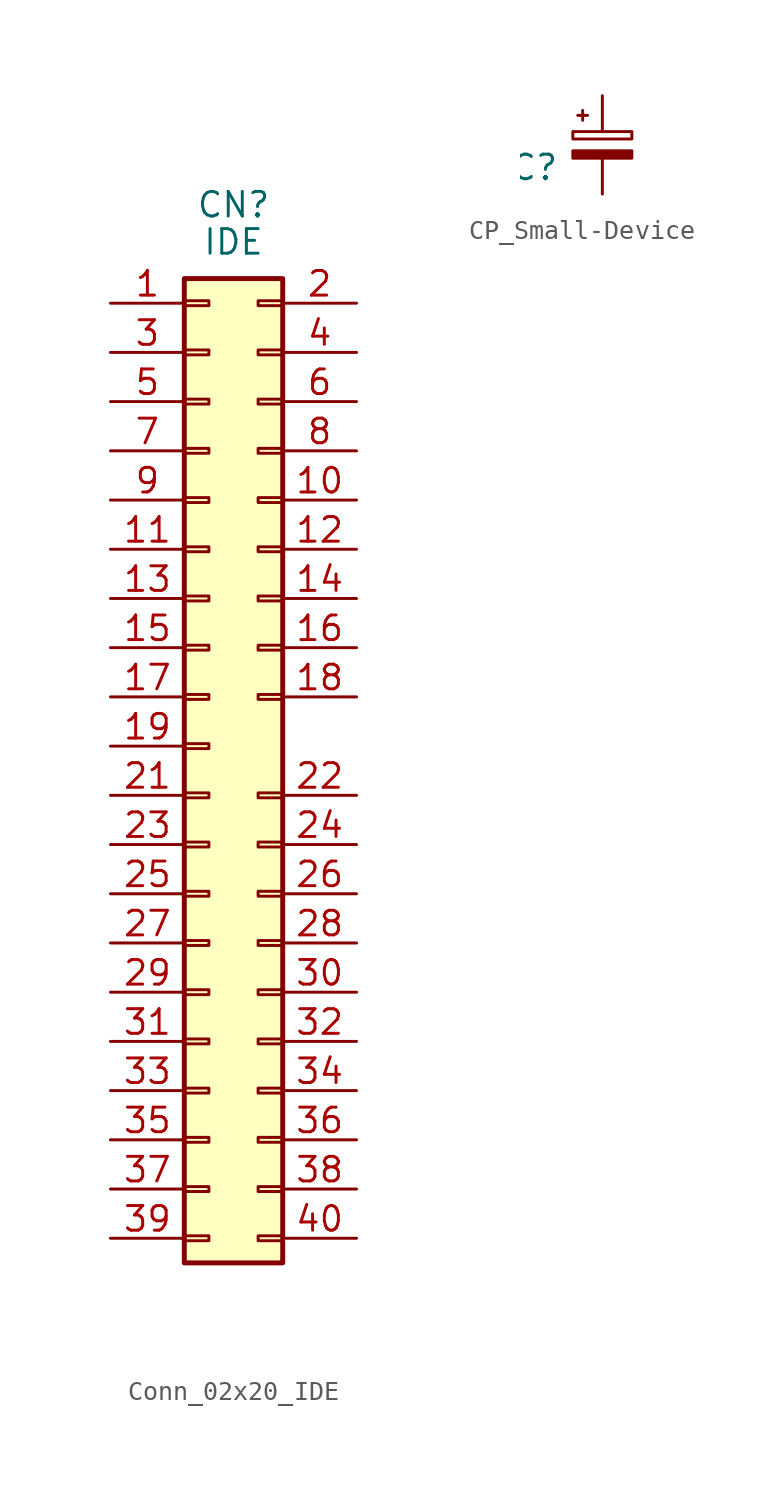
<source format=kicad_sym>
(kicad_symbol_lib
  (version 20231120)
  (generator "kicad_symbol_editor")
  (generator_version "8.0")
  (symbol "Conn_02x20_IDE"
    (pin_names
      (offset 1.016) hide)
    (property "Reference" "CN"
      (at 1.27 27.94 0)
      (effects (font (size 1.27 1.27))))
    (property "Value" "IDE"
      (at 1.27 26.019 0)
      (effects (font (size 1.27 1.27))))
    (symbol "Conn_02x20_IDE_1_1"
      (rectangle (start -1.27 -25.273) (end 0 -25.527) (stroke (width 0.152) (type default)) (fill (type none)))
      (rectangle (start -1.27 -22.733) (end 0 -22.987) (stroke (width 0.152) (type default)) (fill (type none)))
      (rectangle (start -1.27 -20.193) (end 0 -20.447) (stroke (width 0.152) (type default)) (fill (type none)))
      (rectangle (start -1.27 -17.653) (end 0 -17.907) (stroke (width 0.152) (type default)) (fill (type none)))
      (rectangle (start -1.27 -15.113) (end 0 -15.367) (stroke (width 0.152) (type default)) (fill (type none)))
      (rectangle (start -1.27 -12.573) (end 0 -12.827) (stroke (width 0.152) (type default)) (fill (type none)))
      (rectangle (start -1.27 -10.033) (end 0 -10.287) (stroke (width 0.152) (type default)) (fill (type none)))
      (rectangle (start -1.27 -7.493) (end 0 -7.747) (stroke (width 0.152) (type default)) (fill (type none)))
      (rectangle (start -1.27 -4.953) (end 0 -5.207) (stroke (width 0.152) (type default)) (fill (type none)))
      (rectangle (start -1.27 -2.413) (end 0 -2.667) (stroke (width 0.152) (type default)) (fill (type none)))
      (rectangle (start -1.27 0.127) (end 0 -0.127) (stroke (width 0.152) (type default)) (fill (type none)))
      (rectangle (start -1.27 2.667) (end 0 2.413) (stroke (width 0.152) (type default)) (fill (type none)))
      (rectangle (start -1.27 5.207) (end 0 4.953) (stroke (width 0.152) (type default)) (fill (type none)))
      (rectangle (start -1.27 7.747) (end 0 7.493) (stroke (width 0.152) (type default)) (fill (type none)))
      (rectangle (start -1.27 10.287) (end 0 10.033) (stroke (width 0.152) (type default)) (fill (type none)))
      (rectangle (start -1.27 12.827) (end 0 12.573) (stroke (width 0.152) (type default)) (fill (type none)))
      (rectangle (start -1.27 15.367) (end 0 15.113) (stroke (width 0.152) (type default)) (fill (type none)))
      (rectangle (start -1.27 17.907) (end 0 17.653) (stroke (width 0.152) (type default)) (fill (type none)))
      (rectangle (start -1.27 20.447) (end 0 20.193) (stroke (width 0.152) (type default)) (fill (type none)))
      (rectangle (start -1.27 22.987) (end 0 22.733) (stroke (width 0.152) (type default)) (fill (type none)))
      (rectangle (start -1.27 24.13) (end 3.81 -26.67) (stroke (width 0.254) (type default)) (fill (type background)))
      (rectangle (start 3.81 -25.273) (end 2.54 -25.527) (stroke (width 0.152) (type default)) (fill (type none)))
      (rectangle (start 3.81 -22.733) (end 2.54 -22.987) (stroke (width 0.152) (type default)) (fill (type none)))
      (rectangle (start 3.81 -20.193) (end 2.54 -20.447) (stroke (width 0.152) (type default)) (fill (type none)))
      (rectangle (start 3.81 -17.653) (end 2.54 -17.907) (stroke (width 0.152) (type default)) (fill (type none)))
      (rectangle (start 3.81 -15.113) (end 2.54 -15.367) (stroke (width 0.152) (type default)) (fill (type none)))
      (rectangle (start 3.81 -12.573) (end 2.54 -12.827) (stroke (width 0.152) (type default)) (fill (type none)))
      (rectangle (start 3.81 -10.033) (end 2.54 -10.287) (stroke (width 0.152) (type default)) (fill (type none)))
      (rectangle (start 3.81 -7.493) (end 2.54 -7.747) (stroke (width 0.152) (type default)) (fill (type none)))
      (rectangle (start 3.81 -4.953) (end 2.54 -5.207) (stroke (width 0.152) (type default)) (fill (type none)))
      (rectangle (start 3.81 -2.413) (end 2.54 -2.667) (stroke (width 0.152) (type default)) (fill (type none)))
      (rectangle (start 3.81 2.667) (end 2.54 2.413) (stroke (width 0.152) (type default)) (fill (type none)))
      (rectangle (start 3.81 5.207) (end 2.54 4.953) (stroke (width 0.152) (type default)) (fill (type none)))
      (rectangle (start 3.81 7.747) (end 2.54 7.493) (stroke (width 0.152) (type default)) (fill (type none)))
      (rectangle (start 3.81 10.287) (end 2.54 10.033) (stroke (width 0.152) (type default)) (fill (type none)))
      (rectangle (start 3.81 12.827) (end 2.54 12.573) (stroke (width 0.152) (type default)) (fill (type none)))
      (rectangle (start 3.81 15.367) (end 2.54 15.113) (stroke (width 0.152) (type default)) (fill (type none)))
      (rectangle (start 3.81 17.907) (end 2.54 17.653) (stroke (width 0.152) (type default)) (fill (type none)))
      (rectangle (start 3.81 20.447) (end 2.54 20.193) (stroke (width 0.152) (type default)) (fill (type none)))
      (rectangle (start 3.81 22.987) (end 2.54 22.733) (stroke (width 0.152) (type default)) (fill (type none)))
      (pin passive line (at -5.08 22.86 0) (length 3.81) (name "Pin_1" (effects (font (size 1.27 1.27)))) (number "1" (effects (font (size 1.27 1.27)))))
      (pin passive line (at 7.62 12.7 180) (length 3.81) (name "Pin_10" (effects (font (size 1.27 1.27)))) (number "10" (effects (font (size 1.27 1.27)))))
      (pin passive line (at -5.08 10.16 0) (length 3.81) (name "Pin_11" (effects (font (size 1.27 1.27)))) (number "11" (effects (font (size 1.27 1.27)))))
      (pin passive line (at 7.62 10.16 180) (length 3.81) (name "Pin_12" (effects (font (size 1.27 1.27)))) (number "12" (effects (font (size 1.27 1.27)))))
      (pin passive line (at -5.08 7.62 0) (length 3.81) (name "Pin_13" (effects (font (size 1.27 1.27)))) (number "13" (effects (font (size 1.27 1.27)))))
      (pin passive line (at 7.62 7.62 180) (length 3.81) (name "Pin_14" (effects (font (size 1.27 1.27)))) (number "14" (effects (font (size 1.27 1.27)))))
      (pin passive line (at -5.08 5.08 0) (length 3.81) (name "Pin_15" (effects (font (size 1.27 1.27)))) (number "15" (effects (font (size 1.27 1.27)))))
      (pin passive line (at 7.62 5.08 180) (length 3.81) (name "Pin_16" (effects (font (size 1.27 1.27)))) (number "16" (effects (font (size 1.27 1.27)))))
      (pin passive line (at -5.08 2.54 0) (length 3.81) (name "Pin_17" (effects (font (size 1.27 1.27)))) (number "17" (effects (font (size 1.27 1.27)))))
      (pin passive line (at 7.62 2.54 180) (length 3.81) (name "Pin_18" (effects (font (size 1.27 1.27)))) (number "18" (effects (font (size 1.27 1.27)))))
      (pin passive line (at -5.08 0 0) (length 3.81) (name "Pin_19" (effects (font (size 1.27 1.27)))) (number "19" (effects (font (size 1.27 1.27)))))
      (pin passive line (at 7.62 22.86 180) (length 3.81) (name "Pin_2" (effects (font (size 1.27 1.27)))) (number "2" (effects (font (size 1.27 1.27)))))
      (pin passive line (at -5.08 -2.54 0) (length 3.81) (name "Pin_21" (effects (font (size 1.27 1.27)))) (number "21" (effects (font (size 1.27 1.27)))))
      (pin passive line (at 7.62 -2.54 180) (length 3.81) (name "Pin_22" (effects (font (size 1.27 1.27)))) (number "22" (effects (font (size 1.27 1.27)))))
      (pin passive line (at -5.08 -5.08 0) (length 3.81) (name "Pin_23" (effects (font (size 1.27 1.27)))) (number "23" (effects (font (size 1.27 1.27)))))
      (pin passive line (at 7.62 -5.08 180) (length 3.81) (name "Pin_24" (effects (font (size 1.27 1.27)))) (number "24" (effects (font (size 1.27 1.27)))))
      (pin passive line (at -5.08 -7.62 0) (length 3.81) (name "Pin_25" (effects (font (size 1.27 1.27)))) (number "25" (effects (font (size 1.27 1.27)))))
      (pin passive line (at 7.62 -7.62 180) (length 3.81) (name "Pin_26" (effects (font (size 1.27 1.27)))) (number "26" (effects (font (size 1.27 1.27)))))
      (pin passive line (at -5.08 -10.16 0) (length 3.81) (name "Pin_27" (effects (font (size 1.27 1.27)))) (number "27" (effects (font (size 1.27 1.27)))))
      (pin passive line (at 7.62 -10.16 180) (length 3.81) (name "Pin_28" (effects (font (size 1.27 1.27)))) (number "28" (effects (font (size 1.27 1.27)))))
      (pin passive line (at -5.08 -12.7 0) (length 3.81) (name "Pin_29" (effects (font (size 1.27 1.27)))) (number "29" (effects (font (size 1.27 1.27)))))
      (pin passive line (at -5.08 20.32 0) (length 3.81) (name "Pin_3" (effects (font (size 1.27 1.27)))) (number "3" (effects (font (size 1.27 1.27)))))
      (pin passive line (at 7.62 -12.7 180) (length 3.81) (name "Pin_30" (effects (font (size 1.27 1.27)))) (number "30" (effects (font (size 1.27 1.27)))))
      (pin passive line (at -5.08 -15.24 0) (length 3.81) (name "Pin_31" (effects (font (size 1.27 1.27)))) (number "31" (effects (font (size 1.27 1.27)))))
      (pin passive line (at 7.62 -15.24 180) (length 3.81) (name "Pin_32" (effects (font (size 1.27 1.27)))) (number "32" (effects (font (size 1.27 1.27)))))
      (pin passive line (at -5.08 -17.78 0) (length 3.81) (name "Pin_33" (effects (font (size 1.27 1.27)))) (number "33" (effects (font (size 1.27 1.27)))))
      (pin passive line (at 7.62 -17.78 180) (length 3.81) (name "Pin_34" (effects (font (size 1.27 1.27)))) (number "34" (effects (font (size 1.27 1.27)))))
      (pin passive line (at -5.08 -20.32 0) (length 3.81) (name "Pin_35" (effects (font (size 1.27 1.27)))) (number "35" (effects (font (size 1.27 1.27)))))
      (pin passive line (at 7.62 -20.32 180) (length 3.81) (name "Pin_36" (effects (font (size 1.27 1.27)))) (number "36" (effects (font (size 1.27 1.27)))))
      (pin passive line (at -5.08 -22.86 0) (length 3.81) (name "Pin_37" (effects (font (size 1.27 1.27)))) (number "37" (effects (font (size 1.27 1.27)))))
      (pin passive line (at 7.62 -22.86 180) (length 3.81) (name "Pin_38" (effects (font (size 1.27 1.27)))) (number "38" (effects (font (size 1.27 1.27)))))
      (pin passive line (at -5.08 -25.4 0) (length 3.81) (name "Pin_39" (effects (font (size 1.27 1.27)))) (number "39" (effects (font (size 1.27 1.27)))))
      (pin passive line (at 7.62 20.32 180) (length 3.81) (name "Pin_4" (effects (font (size 1.27 1.27)))) (number "4" (effects (font (size 1.27 1.27)))))
      (pin passive line (at 7.62 -25.4 180) (length 3.81) (name "Pin_40" (effects (font (size 1.27 1.27)))) (number "40" (effects (font (size 1.27 1.27)))))
      (pin passive line (at -5.08 17.78 0) (length 3.81) (name "Pin_5" (effects (font (size 1.27 1.27)))) (number "5" (effects (font (size 1.27 1.27)))))
      (pin passive line (at 7.62 17.78 180) (length 3.81) (name "Pin_6" (effects (font (size 1.27 1.27)))) (number "6" (effects (font (size 1.27 1.27)))))
      (pin passive line (at -5.08 15.24 0) (length 3.81) (name "Pin_7" (effects (font (size 1.27 1.27)))) (number "7" (effects (font (size 1.27 1.27)))))
      (pin passive line (at 7.62 15.24 180) (length 3.81) (name "Pin_8" (effects (font (size 1.27 1.27)))) (number "8" (effects (font (size 1.27 1.27)))))
      (pin passive line (at -5.08 12.7 0) (length 3.81) (name "Pin_9" (effects (font (size 1.27 1.27)))) (number "9" (effects (font (size 1.27 1.27)))))))
  (symbol "CP_Small-Device"
    (pin_numbers hide)
    (pin_names
      (offset 0.254) hide)
    (property "Reference" "C"
      (at -2.235 -1.168 0)
      (effects (font (size 1.27 1.27)) (justify right)))
    (property "Value" ""
      (at -2.235 1.143 0)
      (effects (font (size 1.27 1.27)) (justify right)))
    (symbol "CP_Small-Device_0_1"
      (rectangle (start -1.524 -0.305) (end 1.524 -0.686) (stroke (width 0) (type default)) (fill (type outline)))
      (rectangle (start -1.524 0.686) (end 1.524 0.305) (stroke (width 0) (type default)) (fill (type none)))
      (polyline (pts (xy -1.27 1.524) (xy -0.762 1.524)) (stroke (width 0) (type default)) (fill (type none)))
      (polyline (pts (xy -1.016 1.27) (xy -1.016 1.778)) (stroke (width 0) (type default)) (fill (type none))))
    (symbol "CP_Small-Device_1_1"
      (pin passive line (at 0 2.54 270) (length 1.854) (name "~" (effects (font (size 1.27 1.27)))) (number "1" (effects (font (size 1.27 1.27)))))
      (pin passive line (at 0 -2.54 90) (length 1.854) (name "~" (effects (font (size 1.27 1.27)))) (number "2" (effects (font (size 1.27 1.27))))))))
</source>
